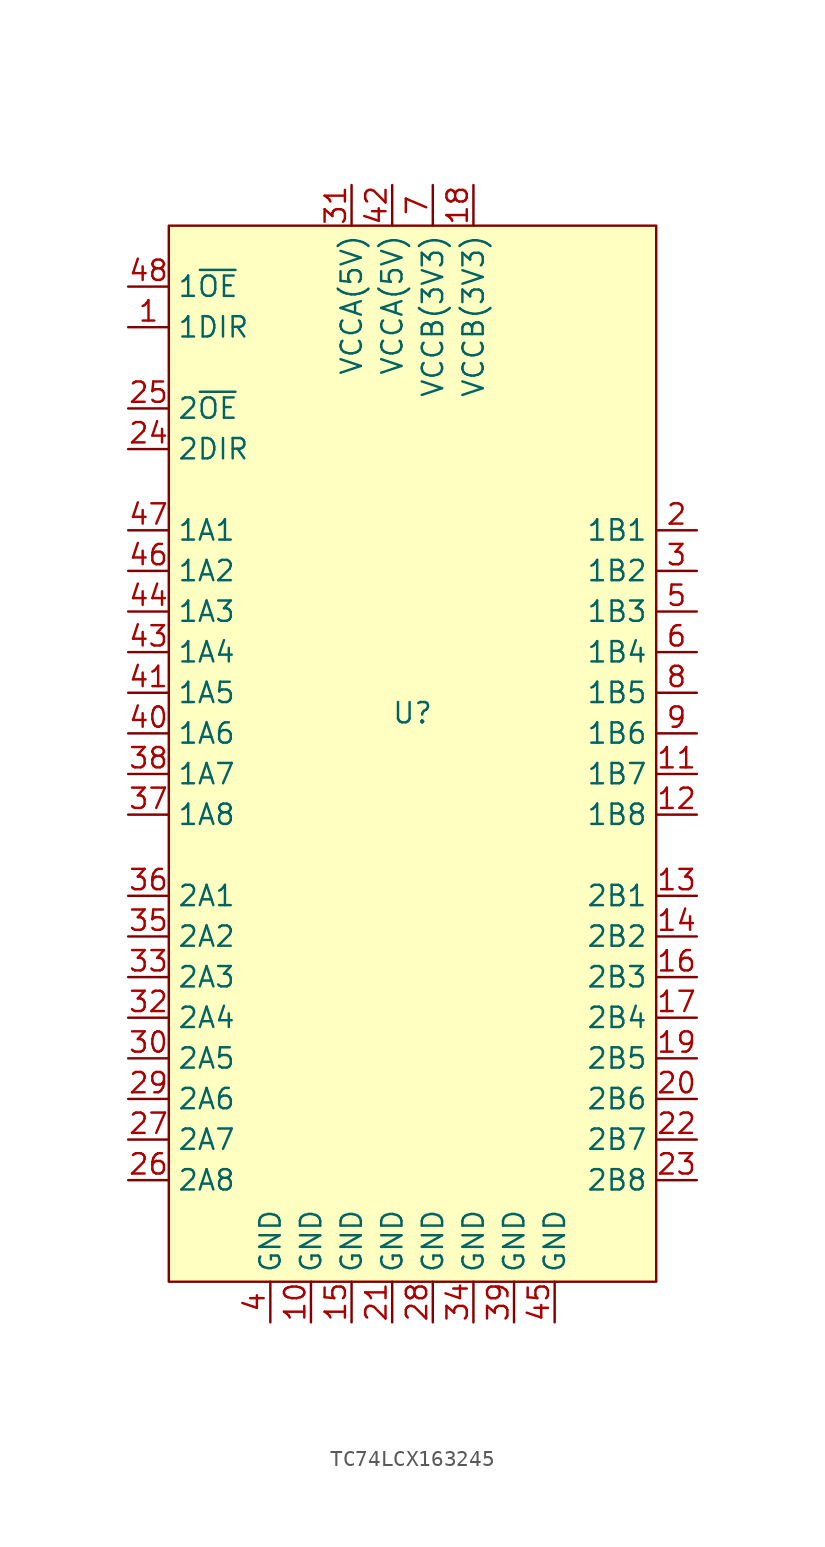
<source format=kicad_sym>
(kicad_symbol_lib
  (version 20231120)
  (generator "kicad_symbol_editor")
  (generator_version "8.0")
  (symbol "TC74LCX163245"
    (property "Reference" "U"
      (at 0 2.54 0)
      (effects (font (size 1.27 1.27))))
    (property "Value" ""
      (at -3.81 7.62 0)
      (effects (font (size 1.27 1.27))))
    (symbol "TC74LCX163245_1_1"
      (rectangle (start -15.24 33.02) (end 15.24 -33.02) (stroke (width 0) (type default)) (fill (type background)))
      (pin input line (at -17.78 26.67 0) (length 2.54) (name "1DIR" (effects (font (size 1.27 1.27)))) (number "1" (effects (font (size 1.27 1.27)))))
      (pin power_in line (at -6.35 -35.56 90) (length 2.54) (name "GND" (effects (font (size 1.27 1.27)))) (number "10" (effects (font (size 1.27 1.27)))))
      (pin input line (at 17.78 -1.27 180) (length 2.54) (name "1B7" (effects (font (size 1.27 1.27)))) (number "11" (effects (font (size 1.27 1.27)))))
      (pin input line (at 17.78 -3.81 180) (length 2.54) (name "1B8" (effects (font (size 1.27 1.27)))) (number "12" (effects (font (size 1.27 1.27)))))
      (pin input line (at 17.78 -8.89 180) (length 2.54) (name "2B1" (effects (font (size 1.27 1.27)))) (number "13" (effects (font (size 1.27 1.27)))))
      (pin input line (at 17.78 -11.43 180) (length 2.54) (name "2B2" (effects (font (size 1.27 1.27)))) (number "14" (effects (font (size 1.27 1.27)))))
      (pin power_in line (at -3.81 -35.56 90) (length 2.54) (name "GND" (effects (font (size 1.27 1.27)))) (number "15" (effects (font (size 1.27 1.27)))))
      (pin input line (at 17.78 -13.97 180) (length 2.54) (name "2B3" (effects (font (size 1.27 1.27)))) (number "16" (effects (font (size 1.27 1.27)))))
      (pin input line (at 17.78 -16.51 180) (length 2.54) (name "2B4" (effects (font (size 1.27 1.27)))) (number "17" (effects (font (size 1.27 1.27)))))
      (pin power_in line (at 3.81 35.56 270) (length 2.54) (name "VCCB(3V3)" (effects (font (size 1.27 1.27)))) (number "18" (effects (font (size 1.27 1.27)))))
      (pin input line (at 17.78 -19.05 180) (length 2.54) (name "2B5" (effects (font (size 1.27 1.27)))) (number "19" (effects (font (size 1.27 1.27)))))
      (pin input line (at 17.78 13.97 180) (length 2.54) (name "1B1" (effects (font (size 1.27 1.27)))) (number "2" (effects (font (size 1.27 1.27)))))
      (pin input line (at 17.78 -21.59 180) (length 2.54) (name "2B6" (effects (font (size 1.27 1.27)))) (number "20" (effects (font (size 1.27 1.27)))))
      (pin power_in line (at -1.27 -35.56 90) (length 2.54) (name "GND" (effects (font (size 1.27 1.27)))) (number "21" (effects (font (size 1.27 1.27)))))
      (pin input line (at 17.78 -24.13 180) (length 2.54) (name "2B7" (effects (font (size 1.27 1.27)))) (number "22" (effects (font (size 1.27 1.27)))))
      (pin input line (at 17.78 -26.67 180) (length 2.54) (name "2B8" (effects (font (size 1.27 1.27)))) (number "23" (effects (font (size 1.27 1.27)))))
      (pin input line (at -17.78 19.05 0) (length 2.54) (name "2DIR" (effects (font (size 1.27 1.27)))) (number "24" (effects (font (size 1.27 1.27)))))
      (pin input line (at -17.78 21.59 0) (length 2.54) (name "2~{OE}" (effects (font (size 1.27 1.27)))) (number "25" (effects (font (size 1.27 1.27)))))
      (pin input line (at -17.78 -26.67 0) (length 2.54) (name "2A8" (effects (font (size 1.27 1.27)))) (number "26" (effects (font (size 1.27 1.27)))))
      (pin input line (at -17.78 -24.13 0) (length 2.54) (name "2A7" (effects (font (size 1.27 1.27)))) (number "27" (effects (font (size 1.27 1.27)))))
      (pin power_in line (at 1.27 -35.56 90) (length 2.54) (name "GND" (effects (font (size 1.27 1.27)))) (number "28" (effects (font (size 1.27 1.27)))))
      (pin input line (at -17.78 -21.59 0) (length 2.54) (name "2A6" (effects (font (size 1.27 1.27)))) (number "29" (effects (font (size 1.27 1.27)))))
      (pin input line (at 17.78 11.43 180) (length 2.54) (name "1B2" (effects (font (size 1.27 1.27)))) (number "3" (effects (font (size 1.27 1.27)))))
      (pin input line (at -17.78 -19.05 0) (length 2.54) (name "2A5" (effects (font (size 1.27 1.27)))) (number "30" (effects (font (size 1.27 1.27)))))
      (pin power_in line (at -3.81 35.56 270) (length 2.54) (name "VCCA(5V)" (effects (font (size 1.27 1.27)))) (number "31" (effects (font (size 1.27 1.27)))))
      (pin input line (at -17.78 -16.51 0) (length 2.54) (name "2A4" (effects (font (size 1.27 1.27)))) (number "32" (effects (font (size 1.27 1.27)))))
      (pin input line (at -17.78 -13.97 0) (length 2.54) (name "2A3" (effects (font (size 1.27 1.27)))) (number "33" (effects (font (size 1.27 1.27)))))
      (pin power_in line (at 3.81 -35.56 90) (length 2.54) (name "GND" (effects (font (size 1.27 1.27)))) (number "34" (effects (font (size 1.27 1.27)))))
      (pin input line (at -17.78 -11.43 0) (length 2.54) (name "2A2" (effects (font (size 1.27 1.27)))) (number "35" (effects (font (size 1.27 1.27)))))
      (pin input line (at -17.78 -8.89 0) (length 2.54) (name "2A1" (effects (font (size 1.27 1.27)))) (number "36" (effects (font (size 1.27 1.27)))))
      (pin input line (at -17.78 -3.81 0) (length 2.54) (name "1A8" (effects (font (size 1.27 1.27)))) (number "37" (effects (font (size 1.27 1.27)))))
      (pin input line (at -17.78 -1.27 0) (length 2.54) (name "1A7" (effects (font (size 1.27 1.27)))) (number "38" (effects (font (size 1.27 1.27)))))
      (pin power_in line (at 6.35 -35.56 90) (length 2.54) (name "GND" (effects (font (size 1.27 1.27)))) (number "39" (effects (font (size 1.27 1.27)))))
      (pin power_in line (at -8.89 -35.56 90) (length 2.54) (name "GND" (effects (font (size 1.27 1.27)))) (number "4" (effects (font (size 1.27 1.27)))))
      (pin input line (at -17.78 1.27 0) (length 2.54) (name "1A6" (effects (font (size 1.27 1.27)))) (number "40" (effects (font (size 1.27 1.27)))))
      (pin input line (at -17.78 3.81 0) (length 2.54) (name "1A5" (effects (font (size 1.27 1.27)))) (number "41" (effects (font (size 1.27 1.27)))))
      (pin power_in line (at -1.27 35.56 270) (length 2.54) (name "VCCA(5V)" (effects (font (size 1.27 1.27)))) (number "42" (effects (font (size 1.27 1.27)))))
      (pin input line (at -17.78 6.35 0) (length 2.54) (name "1A4" (effects (font (size 1.27 1.27)))) (number "43" (effects (font (size 1.27 1.27)))))
      (pin input line (at -17.78 8.89 0) (length 2.54) (name "1A3" (effects (font (size 1.27 1.27)))) (number "44" (effects (font (size 1.27 1.27)))))
      (pin power_in line (at 8.89 -35.56 90) (length 2.54) (name "GND" (effects (font (size 1.27 1.27)))) (number "45" (effects (font (size 1.27 1.27)))))
      (pin input line (at -17.78 11.43 0) (length 2.54) (name "1A2" (effects (font (size 1.27 1.27)))) (number "46" (effects (font (size 1.27 1.27)))))
      (pin input line (at -17.78 13.97 0) (length 2.54) (name "1A1" (effects (font (size 1.27 1.27)))) (number "47" (effects (font (size 1.27 1.27)))))
      (pin input line (at -17.78 29.21 0) (length 2.54) (name "1~{OE}" (effects (font (size 1.27 1.27)))) (number "48" (effects (font (size 1.27 1.27)))))
      (pin input line (at 17.78 8.89 180) (length 2.54) (name "1B3" (effects (font (size 1.27 1.27)))) (number "5" (effects (font (size 1.27 1.27)))))
      (pin input line (at 17.78 6.35 180) (length 2.54) (name "1B4" (effects (font (size 1.27 1.27)))) (number "6" (effects (font (size 1.27 1.27)))))
      (pin power_in line (at 1.27 35.56 270) (length 2.54) (name "VCCB(3V3)" (effects (font (size 1.27 1.27)))) (number "7" (effects (font (size 1.27 1.27)))))
      (pin input line (at 17.78 3.81 180) (length 2.54) (name "1B5" (effects (font (size 1.27 1.27)))) (number "8" (effects (font (size 1.27 1.27)))))
      (pin input line (at 17.78 1.27 180) (length 2.54) (name "1B6" (effects (font (size 1.27 1.27)))) (number "9" (effects (font (size 1.27 1.27))))))))
</source>
